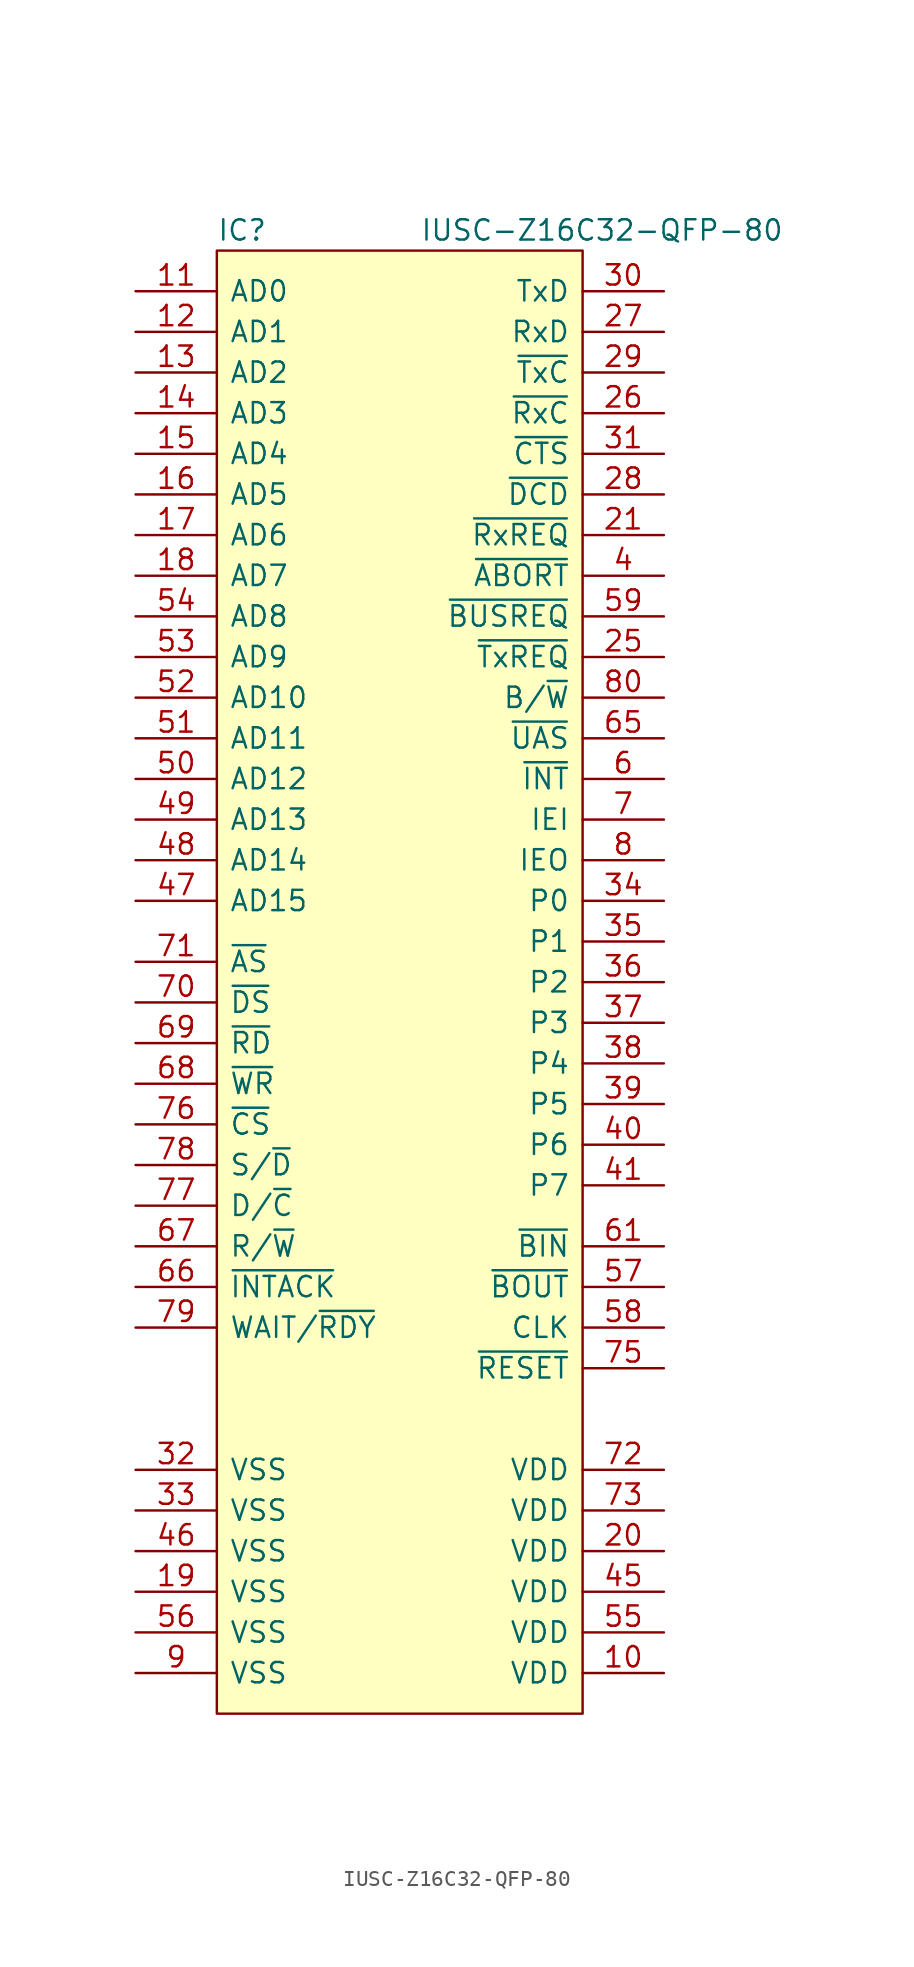
<source format=kicad_sym>
(kicad_symbol_lib
  (version 20220914)
  (generator kicad_symbol_editor)
  (symbol "IUSC-Z16C32-QFP-80"
    (pin_names
      (offset 0.762))
    (property "Reference" "IC"
      (at 0 1.27 0)
      (effects (font (size 1.27 1.27)) (justify left)))
    (property "Value" "IUSC-Z16C32-QFP-80"
      (at 12.7 1.27 0)
      (effects (font (size 1.27 1.27)) (justify left)))
    (symbol "IUSC-Z16C32-QFP-80_0_0"
      (pin power_in line (at 27.94 -88.9 180) (length 5.08) (name "VDD" (effects (font (size 1.27 1.27)))) (number "10" (effects (font (size 1.27 1.27)))))
      (pin bidirectional line (at -5.08 -2.54 0) (length 5.08) (name "AD0" (effects (font (size 1.27 1.27)))) (number "11" (effects (font (size 1.27 1.27)))))
      (pin bidirectional line (at -5.08 -5.08 0) (length 5.08) (name "AD1" (effects (font (size 1.27 1.27)))) (number "12" (effects (font (size 1.27 1.27)))))
      (pin bidirectional line (at -5.08 -7.62 0) (length 5.08) (name "AD2" (effects (font (size 1.27 1.27)))) (number "13" (effects (font (size 1.27 1.27)))))
      (pin bidirectional line (at -5.08 -10.16 0) (length 5.08) (name "AD3" (effects (font (size 1.27 1.27)))) (number "14" (effects (font (size 1.27 1.27)))))
      (pin bidirectional line (at -5.08 -12.7 0) (length 5.08) (name "AD4" (effects (font (size 1.27 1.27)))) (number "15" (effects (font (size 1.27 1.27)))))
      (pin bidirectional line (at -5.08 -15.24 0) (length 5.08) (name "AD5" (effects (font (size 1.27 1.27)))) (number "16" (effects (font (size 1.27 1.27)))))
      (pin bidirectional line (at -5.08 -17.78 0) (length 5.08) (name "AD6" (effects (font (size 1.27 1.27)))) (number "17" (effects (font (size 1.27 1.27)))))
      (pin bidirectional line (at -5.08 -20.32 0) (length 5.08) (name "AD7" (effects (font (size 1.27 1.27)))) (number "18" (effects (font (size 1.27 1.27)))))
      (pin power_in line (at -5.08 -83.82 0) (length 5.08) (name "VSS" (effects (font (size 1.27 1.27)))) (number "19" (effects (font (size 1.27 1.27)))))
      (pin power_in line (at 27.94 -81.28 180) (length 5.08) (name "VDD" (effects (font (size 1.27 1.27)))) (number "20" (effects (font (size 1.27 1.27)))))
      (pin bidirectional line (at 27.94 -17.78 180) (length 5.08) (name "~{RxREQ}" (effects (font (size 1.27 1.27)))) (number "21" (effects (font (size 1.27 1.27)))))
      (pin bidirectional line (at 27.94 -25.4 180) (length 5.08) (name "~{TxREQ}" (effects (font (size 1.27 1.27)))) (number "25" (effects (font (size 1.27 1.27)))))
      (pin bidirectional line (at 27.94 -10.16 180) (length 5.08) (name "~{RxC}" (effects (font (size 1.27 1.27)))) (number "26" (effects (font (size 1.27 1.27)))))
      (pin input line (at 27.94 -5.08 180) (length 5.08) (name "RxD" (effects (font (size 1.27 1.27)))) (number "27" (effects (font (size 1.27 1.27)))))
      (pin bidirectional line (at 27.94 -15.24 180) (length 5.08) (name "~{DCD}" (effects (font (size 1.27 1.27)))) (number "28" (effects (font (size 1.27 1.27)))))
      (pin bidirectional line (at 27.94 -7.62 180) (length 5.08) (name "~{TxC}" (effects (font (size 1.27 1.27)))) (number "29" (effects (font (size 1.27 1.27)))))
      (pin output line (at 27.94 -2.54 180) (length 5.08) (name "TxD" (effects (font (size 1.27 1.27)))) (number "30" (effects (font (size 1.27 1.27)))))
      (pin bidirectional line (at 27.94 -12.7 180) (length 5.08) (name "~{CTS}" (effects (font (size 1.27 1.27)))) (number "31" (effects (font (size 1.27 1.27)))))
      (pin power_in line (at -5.08 -76.2 0) (length 5.08) (name "VSS" (effects (font (size 1.27 1.27)))) (number "32" (effects (font (size 1.27 1.27)))))
      (pin power_in line (at -5.08 -78.74 0) (length 5.08) (name "VSS" (effects (font (size 1.27 1.27)))) (number "33" (effects (font (size 1.27 1.27)))))
      (pin bidirectional line (at 27.94 -40.64 180) (length 5.08) (name "P0" (effects (font (size 1.27 1.27)))) (number "34" (effects (font (size 1.27 1.27)))))
      (pin bidirectional line (at 27.94 -43.18 180) (length 5.08) (name "P1" (effects (font (size 1.27 1.27)))) (number "35" (effects (font (size 1.27 1.27)))))
      (pin bidirectional line (at 27.94 -45.72 180) (length 5.08) (name "P2" (effects (font (size 1.27 1.27)))) (number "36" (effects (font (size 1.27 1.27)))))
      (pin bidirectional line (at 27.94 -48.26 180) (length 5.08) (name "P3" (effects (font (size 1.27 1.27)))) (number "37" (effects (font (size 1.27 1.27)))))
      (pin bidirectional line (at 27.94 -50.8 180) (length 5.08) (name "P4" (effects (font (size 1.27 1.27)))) (number "38" (effects (font (size 1.27 1.27)))))
      (pin bidirectional line (at 27.94 -53.34 180) (length 5.08) (name "P5" (effects (font (size 1.27 1.27)))) (number "39" (effects (font (size 1.27 1.27)))))
      (pin bidirectional line (at 27.94 -20.32 180) (length 5.08) (name "~{ABORT}" (effects (font (size 1.27 1.27)))) (number "4" (effects (font (size 1.27 1.27)))))
      (pin bidirectional line (at 27.94 -55.88 180) (length 5.08) (name "P6" (effects (font (size 1.27 1.27)))) (number "40" (effects (font (size 1.27 1.27)))))
      (pin bidirectional line (at 27.94 -58.42 180) (length 5.08) (name "P7" (effects (font (size 1.27 1.27)))) (number "41" (effects (font (size 1.27 1.27)))))
      (pin power_in line (at 27.94 -83.82 180) (length 5.08) (name "VDD" (effects (font (size 1.27 1.27)))) (number "45" (effects (font (size 1.27 1.27)))))
      (pin power_in line (at -5.08 -81.28 0) (length 5.08) (name "VSS" (effects (font (size 1.27 1.27)))) (number "46" (effects (font (size 1.27 1.27)))))
      (pin bidirectional line (at -5.08 -40.64 0) (length 5.08) (name "AD15" (effects (font (size 1.27 1.27)))) (number "47" (effects (font (size 1.27 1.27)))))
      (pin bidirectional line (at -5.08 -38.1 0) (length 5.08) (name "AD14" (effects (font (size 1.27 1.27)))) (number "48" (effects (font (size 1.27 1.27)))))
      (pin bidirectional line (at -5.08 -35.56 0) (length 5.08) (name "AD13" (effects (font (size 1.27 1.27)))) (number "49" (effects (font (size 1.27 1.27)))))
      (pin bidirectional line (at -5.08 -33.02 0) (length 5.08) (name "AD12" (effects (font (size 1.27 1.27)))) (number "50" (effects (font (size 1.27 1.27)))))
      (pin bidirectional line (at -5.08 -30.48 0) (length 5.08) (name "AD11" (effects (font (size 1.27 1.27)))) (number "51" (effects (font (size 1.27 1.27)))))
      (pin bidirectional line (at -5.08 -27.94 0) (length 5.08) (name "AD10" (effects (font (size 1.27 1.27)))) (number "52" (effects (font (size 1.27 1.27)))))
      (pin bidirectional line (at -5.08 -25.4 0) (length 5.08) (name "AD9" (effects (font (size 1.27 1.27)))) (number "53" (effects (font (size 1.27 1.27)))))
      (pin bidirectional line (at -5.08 -22.86 0) (length 5.08) (name "AD8" (effects (font (size 1.27 1.27)))) (number "54" (effects (font (size 1.27 1.27)))))
      (pin power_in line (at 27.94 -86.36 180) (length 5.08) (name "VDD" (effects (font (size 1.27 1.27)))) (number "55" (effects (font (size 1.27 1.27)))))
      (pin power_in line (at -5.08 -86.36 0) (length 5.08) (name "VSS" (effects (font (size 1.27 1.27)))) (number "56" (effects (font (size 1.27 1.27)))))
      (pin output line (at 27.94 -64.77 180) (length 5.08) (name "~{BOUT}" (effects (font (size 1.27 1.27)))) (number "57" (effects (font (size 1.27 1.27)))))
      (pin input line (at 27.94 -67.31 180) (length 5.08) (name "CLK" (effects (font (size 1.27 1.27)))) (number "58" (effects (font (size 1.27 1.27)))))
      (pin output line (at 27.94 -22.86 180) (length 5.08) (name "~{BUSREQ}" (effects (font (size 1.27 1.27)))) (number "59" (effects (font (size 1.27 1.27)))))
      (pin output line (at 27.94 -33.02 180) (length 5.08) (name "~{INT}" (effects (font (size 1.27 1.27)))) (number "6" (effects (font (size 1.27 1.27)))))
      (pin input line (at 27.94 -62.23 180) (length 5.08) (name "~{BIN}" (effects (font (size 1.27 1.27)))) (number "61" (effects (font (size 1.27 1.27)))))
      (pin bidirectional line (at 27.94 -30.48 180) (length 5.08) (name "~{UAS}" (effects (font (size 1.27 1.27)))) (number "65" (effects (font (size 1.27 1.27)))))
      (pin input line (at -5.08 -64.77 0) (length 5.08) (name "~{INTACK}" (effects (font (size 1.27 1.27)))) (number "66" (effects (font (size 1.27 1.27)))))
      (pin input line (at -5.08 -62.23 0) (length 5.08) (name "R/~{W}" (effects (font (size 1.27 1.27)))) (number "67" (effects (font (size 1.27 1.27)))))
      (pin input line (at -5.08 -52.07 0) (length 5.08) (name "~{WR}" (effects (font (size 1.27 1.27)))) (number "68" (effects (font (size 1.27 1.27)))))
      (pin input line (at -5.08 -49.53 0) (length 5.08) (name "~{RD}" (effects (font (size 1.27 1.27)))) (number "69" (effects (font (size 1.27 1.27)))))
      (pin input line (at 27.94 -35.56 180) (length 5.08) (name "IEI" (effects (font (size 1.27 1.27)))) (number "7" (effects (font (size 1.27 1.27)))))
      (pin input line (at -5.08 -46.99 0) (length 5.08) (name "~{DS}" (effects (font (size 1.27 1.27)))) (number "70" (effects (font (size 1.27 1.27)))))
      (pin input line (at -5.08 -44.45 0) (length 5.08) (name "~{AS}" (effects (font (size 1.27 1.27)))) (number "71" (effects (font (size 1.27 1.27)))))
      (pin power_in line (at 27.94 -76.2 180) (length 5.08) (name "VDD" (effects (font (size 1.27 1.27)))) (number "72" (effects (font (size 1.27 1.27)))))
      (pin power_in line (at 27.94 -78.74 180) (length 5.08) (name "VDD" (effects (font (size 1.27 1.27)))) (number "73" (effects (font (size 1.27 1.27)))))
      (pin input line (at 27.94 -69.85 180) (length 5.08) (name "~{RESET}" (effects (font (size 1.27 1.27)))) (number "75" (effects (font (size 1.27 1.27)))))
      (pin input line (at -5.08 -54.61 0) (length 5.08) (name "~{CS}" (effects (font (size 1.27 1.27)))) (number "76" (effects (font (size 1.27 1.27)))))
      (pin input line (at -5.08 -59.69 0) (length 5.08) (name "D/~{C}" (effects (font (size 1.27 1.27)))) (number "77" (effects (font (size 1.27 1.27)))))
      (pin input line (at -5.08 -57.15 0) (length 5.08) (name "S/~{D}" (effects (font (size 1.27 1.27)))) (number "78" (effects (font (size 1.27 1.27)))))
      (pin output line (at -5.08 -67.31 0) (length 5.08) (name "WAIT/~{RDY}" (effects (font (size 1.27 1.27)))) (number "79" (effects (font (size 1.27 1.27)))))
      (pin output line (at 27.94 -38.1 180) (length 5.08) (name "IEO" (effects (font (size 1.27 1.27)))) (number "8" (effects (font (size 1.27 1.27)))))
      (pin input line (at 27.94 -27.94 180) (length 5.08) (name "B/~{W}" (effects (font (size 1.27 1.27)))) (number "80" (effects (font (size 1.27 1.27)))))
      (pin power_in line (at -5.08 -88.9 0) (length 5.08) (name "VSS" (effects (font (size 1.27 1.27)))) (number "9" (effects (font (size 1.27 1.27))))))
    (symbol "IUSC-Z16C32-QFP-80_0_1"
      (rectangle (start 0 0) (end 22.86 -91.44) (stroke (width 0) (type solid)) (fill (type background))))))
</source>
